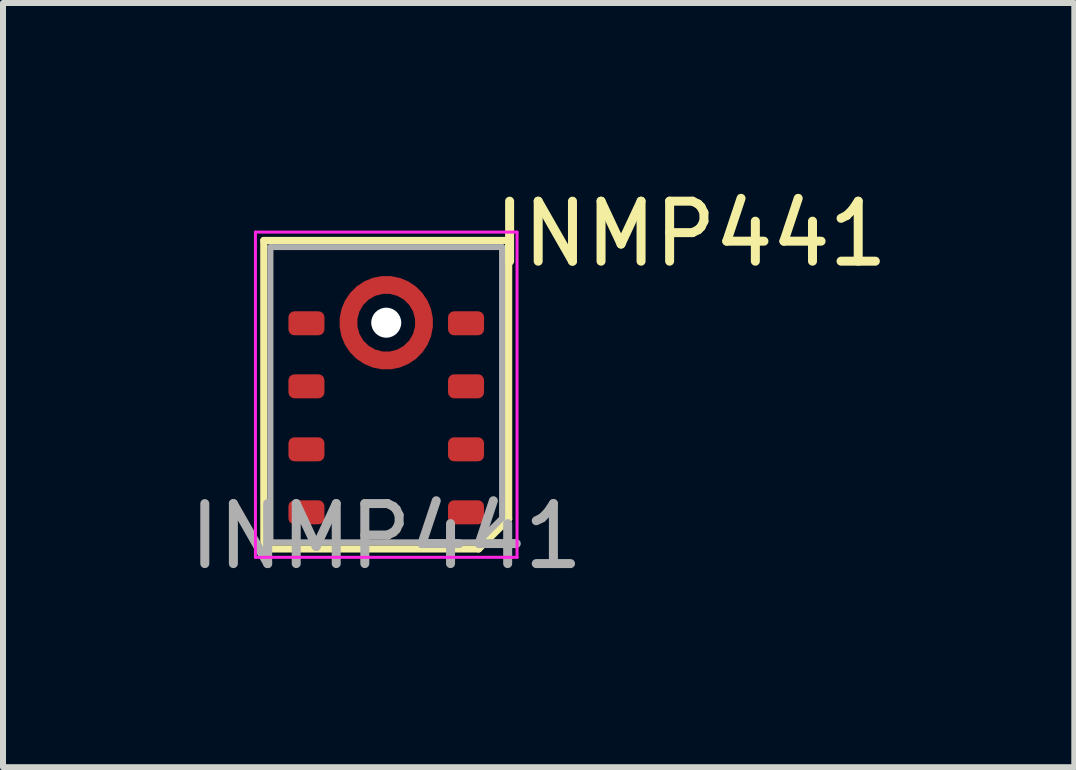
<source format=kicad_pcb>
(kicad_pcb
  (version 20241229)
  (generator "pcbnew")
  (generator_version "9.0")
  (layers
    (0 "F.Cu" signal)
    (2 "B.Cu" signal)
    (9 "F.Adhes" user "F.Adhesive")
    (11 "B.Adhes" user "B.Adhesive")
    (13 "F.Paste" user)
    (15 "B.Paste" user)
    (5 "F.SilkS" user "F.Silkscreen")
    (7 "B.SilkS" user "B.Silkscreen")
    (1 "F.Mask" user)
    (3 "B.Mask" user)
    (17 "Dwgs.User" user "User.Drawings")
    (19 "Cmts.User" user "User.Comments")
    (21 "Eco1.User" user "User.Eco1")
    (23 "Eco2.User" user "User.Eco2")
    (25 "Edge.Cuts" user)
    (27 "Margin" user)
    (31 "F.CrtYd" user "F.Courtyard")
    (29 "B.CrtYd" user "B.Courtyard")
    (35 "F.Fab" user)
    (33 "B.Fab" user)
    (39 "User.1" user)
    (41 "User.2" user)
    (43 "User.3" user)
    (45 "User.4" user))
  (footprint "INMP441"
    (layer "F.Cu")
    (at 3.387 3.388)
    (property "Reference" "INMP441" (at 5.08 -2.54 0) (unlocked yes) (layer "F.SilkS") (effects (font (size 1 1) (thickness 0.15))))
    (attr smd)
    (fp_line (start -2.04 -2.43) (end -2.04 2.71) (stroke (width 0.12) (type solid)) (layer "F.SilkS"))
    (fp_line (start -2.04 -2.43) (end 2.04 -2.43) (stroke (width 0.12) (type solid)) (layer "F.SilkS"))
    (fp_line (start -2.04 2.71) (end 1.54 2.71) (stroke (width 0.12) (type solid)) (layer "F.SilkS"))
    (fp_line (start 1.54 2.71) (end 2.04 2.21) (stroke (width 0.12) (type solid)) (layer "F.SilkS"))
    (fp_line (start 2.04 -2.43) (end 2.04 2.21) (stroke (width 0.12) (type solid)) (layer "F.SilkS"))
    (fp_line (start -2.18 -2.57) (end -2.18 2.85) (stroke (width 0.05) (type solid)) (layer "F.CrtYd"))
    (fp_line (start -2.18 -2.57) (end 2.18 -2.57) (stroke (width 0.05) (type solid)) (layer "F.CrtYd"))
    (fp_line (start -2.18 2.85) (end 2.18 2.85) (stroke (width 0.05) (type solid)) (layer "F.CrtYd"))
    (fp_line (start 2.18 2.85) (end 2.18 -2.57) (stroke (width 0.05) (type solid)) (layer "F.CrtYd"))
    (fp_line (start -1.93 -2.32) (end -1.93 2.6) (stroke (width 0.1) (type solid)) (layer "F.Fab"))
    (fp_line (start -1.93 -2.32) (end 1.93 -2.32) (stroke (width 0.1) (type solid)) (layer "F.Fab"))
    (fp_line (start -1.93 2.6) (end 1.53 2.6) (stroke (width 0.1) (type solid)) (layer "F.Fab"))
    (fp_line (start 1.53 2.6) (end 1.93 2.2) (stroke (width 0.1) (type solid)) (layer "F.Fab"))
    (fp_line (start 1.93 2.2) (end 1.93 -2.32) (stroke (width 0.1) (type solid)) (layer "F.Fab"))
    (fp_text user "${REFERENCE}" (at 0 2.5 0) (unlocked yes) (layer "F.Fab") (effects (font (size 1 1) (thickness 0.15))))
    (pad "" np_thru_hole circle (at 0 -1.06) (size 0.5 0.5) (drill 0.5) (layers "*.Cu" "*.Mask"))
    (pad "1" smd roundrect (at 1.33 2.1) (size 0.6 0.4) (layers "F.Cu" "F.Mask" "F.Paste") (roundrect_rratio 0.25))
    (pad "2" smd roundrect (at 1.33 1.05) (size 0.6 0.4) (layers "F.Cu" "F.Mask" "F.Paste") (roundrect_rratio 0.25))
    (pad "3" smd roundrect (at 1.33 0) (size 0.6 0.4) (layers "F.Cu" "F.Mask" "F.Paste") (roundrect_rratio 0.25))
    (pad "4" smd roundrect (at 1.33 -1.05) (size 0.6 0.4) (layers "F.Cu" "F.Mask" "F.Paste") (roundrect_rratio 0.25))
    (pad "5" smd custom (at 0.63 -1.06) (size 0.3 0.3) (layers "F.Cu" "F.Mask" "F.Paste") (options (anchor circle)) (primitives (gr_circle (center -0.63 0) (end 0 0) (width 0.3) (fill no))))
    (pad "6" smd roundrect (at -1.33 -1.05) (size 0.6 0.4) (layers "F.Cu" "F.Mask" "F.Paste") (roundrect_rratio 0.25))
    (pad "7" smd roundrect (at -1.33 0) (size 0.6 0.4) (layers "F.Cu" "F.Mask" "F.Paste") (roundrect_rratio 0.25))
    (pad "8" smd roundrect (at -1.33 1.05) (size 0.6 0.4) (layers "F.Cu" "F.Mask" "F.Paste") (roundrect_rratio 0.25))
    (pad "9" smd roundrect (at -1.33 2.1) (size 0.6 0.4) (layers "F.Cu" "F.Mask" "F.Paste") (roundrect_rratio 0.25)))
  (gr_rect
    (start -3 -3)
    (end 14.854 9.736)
    (stroke (width 0.1) (type default))
    (fill no)
    (layer "Edge.Cuts")))
</source>
